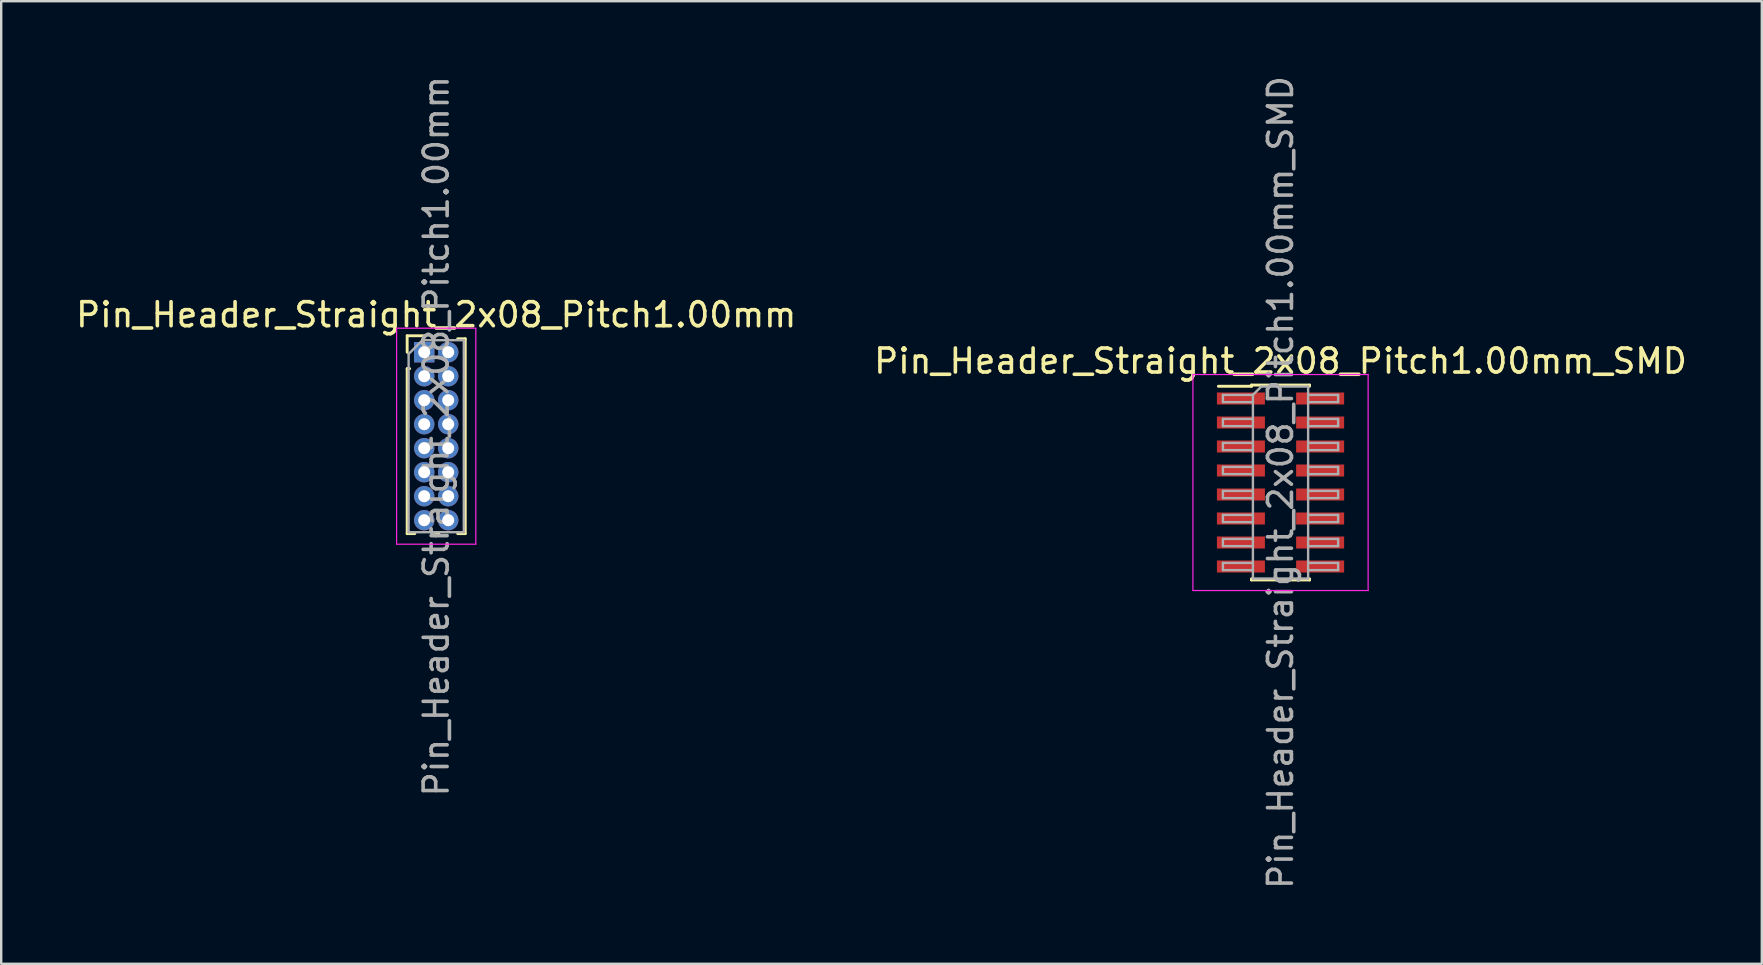
<source format=kicad_pcb>
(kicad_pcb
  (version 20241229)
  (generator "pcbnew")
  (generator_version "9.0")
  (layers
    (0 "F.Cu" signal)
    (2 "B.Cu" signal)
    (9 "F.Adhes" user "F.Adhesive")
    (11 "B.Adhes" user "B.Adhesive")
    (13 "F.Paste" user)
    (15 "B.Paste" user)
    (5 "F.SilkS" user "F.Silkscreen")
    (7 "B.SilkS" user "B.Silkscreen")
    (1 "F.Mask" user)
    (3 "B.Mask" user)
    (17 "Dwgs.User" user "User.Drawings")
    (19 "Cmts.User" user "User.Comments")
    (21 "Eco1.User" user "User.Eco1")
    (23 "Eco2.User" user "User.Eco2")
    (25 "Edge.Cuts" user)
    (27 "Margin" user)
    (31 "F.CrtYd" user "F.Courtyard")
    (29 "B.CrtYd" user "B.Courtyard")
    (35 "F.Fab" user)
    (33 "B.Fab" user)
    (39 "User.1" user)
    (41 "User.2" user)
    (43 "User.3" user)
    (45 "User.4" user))
  (footprint "Pin_Header_Straight_2x08_Pitch1.00mm"
    (layer "F.Cu")
    (at 14.625 11.625)
    (property "Reference" "Pin_Header_Straight_2x08_Pitch1.00mm" (at 0.5 -1.56 0) (layer "F.SilkS") (effects (font (size 1 1) (thickness 0.15))))
    (attr through_hole)
    (fp_line (start -0.71 -0.685) (end 0 -0.685) (stroke (width 0.12) (type solid)) (layer "F.SilkS"))
    (fp_line (start -0.71 0) (end -0.71 -0.685) (stroke (width 0.12) (type solid)) (layer "F.SilkS"))
    (fp_line (start -0.71 0.685) (end -0.71 7.56) (stroke (width 0.12) (type solid)) (layer "F.SilkS"))
    (fp_line (start -0.71 0.685) (end -0.608 0.685) (stroke (width 0.12) (type solid)) (layer "F.SilkS"))
    (fp_line (start -0.71 7.56) (end -0.394 7.56) (stroke (width 0.12) (type solid)) (layer "F.SilkS"))
    (fp_line (start 0.394 7.56) (end 0.606 7.56) (stroke (width 0.12) (type solid)) (layer "F.SilkS"))
    (fp_line (start 1.394 -0.56) (end 1.71 -0.56) (stroke (width 0.12) (type solid)) (layer "F.SilkS"))
    (fp_line (start 1.394 7.56) (end 1.71 7.56) (stroke (width 0.12) (type solid)) (layer "F.SilkS"))
    (fp_line (start 1.71 -0.56) (end 1.71 7.56) (stroke (width 0.12) (type solid)) (layer "F.SilkS"))
    (fp_line (start -1.15 -1) (end -1.15 8) (stroke (width 0.05) (type solid)) (layer "F.CrtYd"))
    (fp_line (start -1.15 8) (end 2.15 8) (stroke (width 0.05) (type solid)) (layer "F.CrtYd"))
    (fp_line (start 2.15 -1) (end -1.15 -1) (stroke (width 0.05) (type solid)) (layer "F.CrtYd"))
    (fp_line (start 2.15 8) (end 2.15 -1) (stroke (width 0.05) (type solid)) (layer "F.CrtYd"))
    (fp_line (start -0.65 0.075) (end -0.075 -0.5) (stroke (width 0.1) (type solid)) (layer "F.Fab"))
    (fp_line (start -0.65 7.5) (end -0.65 0.075) (stroke (width 0.1) (type solid)) (layer "F.Fab"))
    (fp_line (start -0.075 -0.5) (end 1.65 -0.5) (stroke (width 0.1) (type solid)) (layer "F.Fab"))
    (fp_line (start 1.65 -0.5) (end 1.65 7.5) (stroke (width 0.1) (type solid)) (layer "F.Fab"))
    (fp_line (start 1.65 7.5) (end -0.65 7.5) (stroke (width 0.1) (type solid)) (layer "F.Fab"))
    (fp_text user "${REFERENCE}" (at 0.5 3.5 90) (layer "F.Fab") (effects (font (size 1 1) (thickness 0.15))))
    (pad "1" thru_hole rect (at 0 0) (size 0.85 0.85) (drill 0.5) (layers "*.Cu" "*.Mask"))
    (pad "2" thru_hole oval (at 1 0) (size 0.85 0.85) (drill 0.5) (layers "*.Cu" "*.Mask"))
    (pad "3" thru_hole oval (at 0 1) (size 0.85 0.85) (drill 0.5) (layers "*.Cu" "*.Mask"))
    (pad "4" thru_hole oval (at 1 1) (size 0.85 0.85) (drill 0.5) (layers "*.Cu" "*.Mask"))
    (pad "5" thru_hole oval (at 0 2) (size 0.85 0.85) (drill 0.5) (layers "*.Cu" "*.Mask"))
    (pad "6" thru_hole oval (at 1 2) (size 0.85 0.85) (drill 0.5) (layers "*.Cu" "*.Mask"))
    (pad "7" thru_hole oval (at 0 3) (size 0.85 0.85) (drill 0.5) (layers "*.Cu" "*.Mask"))
    (pad "8" thru_hole oval (at 1 3) (size 0.85 0.85) (drill 0.5) (layers "*.Cu" "*.Mask"))
    (pad "9" thru_hole oval (at 0 4) (size 0.85 0.85) (drill 0.5) (layers "*.Cu" "*.Mask"))
    (pad "10" thru_hole oval (at 1 4) (size 0.85 0.85) (drill 0.5) (layers "*.Cu" "*.Mask"))
    (pad "11" thru_hole oval (at 0 5) (size 0.85 0.85) (drill 0.5) (layers "*.Cu" "*.Mask"))
    (pad "12" thru_hole oval (at 1 5) (size 0.85 0.85) (drill 0.5) (layers "*.Cu" "*.Mask"))
    (pad "13" thru_hole oval (at 0 6) (size 0.85 0.85) (drill 0.5) (layers "*.Cu" "*.Mask"))
    (pad "14" thru_hole oval (at 1 6) (size 0.85 0.85) (drill 0.5) (layers "*.Cu" "*.Mask"))
    (pad "15" thru_hole oval (at 0 7) (size 0.85 0.85) (drill 0.5) (layers "*.Cu" "*.Mask"))
    (pad "16" thru_hole oval (at 1 7) (size 0.85 0.85) (drill 0.5) (layers "*.Cu" "*.Mask")))
  (footprint "Pin_Header_Straight_2x08_Pitch1.00mm_SMD"
    (layer "F.Cu")
    (at 50.304 17.054)
    (property "Reference" "Pin_Header_Straight_2x08_Pitch1.00mm_SMD" (at 0 -5.06 0) (layer "F.SilkS") (effects (font (size 1 1) (thickness 0.15))))
    (attr smd)
    (fp_line (start -2.59 -4.01) (end -1.21 -4.01) (stroke (width 0.12) (type solid)) (layer "F.SilkS"))
    (fp_line (start -1.21 -4.06) (end -1.21 -4.01) (stroke (width 0.12) (type solid)) (layer "F.SilkS"))
    (fp_line (start -1.21 -4.06) (end 1.21 -4.06) (stroke (width 0.12) (type solid)) (layer "F.SilkS"))
    (fp_line (start -1.21 4.01) (end -1.21 4.06) (stroke (width 0.12) (type solid)) (layer "F.SilkS"))
    (fp_line (start -1.21 4.06) (end 1.21 4.06) (stroke (width 0.12) (type solid)) (layer "F.SilkS"))
    (fp_line (start 1.21 -4.06) (end 1.21 -4.01) (stroke (width 0.12) (type solid)) (layer "F.SilkS"))
    (fp_line (start 1.21 4.01) (end 1.21 4.06) (stroke (width 0.12) (type solid)) (layer "F.SilkS"))
    (fp_line (start -3.65 -4.5) (end -3.65 4.5) (stroke (width 0.05) (type solid)) (layer "F.CrtYd"))
    (fp_line (start -3.65 4.5) (end 3.65 4.5) (stroke (width 0.05) (type solid)) (layer "F.CrtYd"))
    (fp_line (start 3.65 -4.5) (end -3.65 -4.5) (stroke (width 0.05) (type solid)) (layer "F.CrtYd"))
    (fp_line (start 3.65 4.5) (end 3.65 -4.5) (stroke (width 0.05) (type solid)) (layer "F.CrtYd"))
    (fp_line (start -2.4 -3.65) (end -2.4 -3.35) (stroke (width 0.1) (type solid)) (layer "F.Fab"))
    (fp_line (start -2.4 -3.35) (end -1.15 -3.35) (stroke (width 0.1) (type solid)) (layer "F.Fab"))
    (fp_line (start -2.4 -2.65) (end -2.4 -2.35) (stroke (width 0.1) (type solid)) (layer "F.Fab"))
    (fp_line (start -2.4 -2.35) (end -1.15 -2.35) (stroke (width 0.1) (type solid)) (layer "F.Fab"))
    (fp_line (start -2.4 -1.65) (end -2.4 -1.35) (stroke (width 0.1) (type solid)) (layer "F.Fab"))
    (fp_line (start -2.4 -1.35) (end -1.15 -1.35) (stroke (width 0.1) (type solid)) (layer "F.Fab"))
    (fp_line (start -2.4 -0.65) (end -2.4 -0.35) (stroke (width 0.1) (type solid)) (layer "F.Fab"))
    (fp_line (start -2.4 -0.35) (end -1.15 -0.35) (stroke (width 0.1) (type solid)) (layer "F.Fab"))
    (fp_line (start -2.4 0.35) (end -2.4 0.65) (stroke (width 0.1) (type solid)) (layer "F.Fab"))
    (fp_line (start -2.4 0.65) (end -1.15 0.65) (stroke (width 0.1) (type solid)) (layer "F.Fab"))
    (fp_line (start -2.4 1.35) (end -2.4 1.65) (stroke (width 0.1) (type solid)) (layer "F.Fab"))
    (fp_line (start -2.4 1.65) (end -1.15 1.65) (stroke (width 0.1) (type solid)) (layer "F.Fab"))
    (fp_line (start -2.4 2.35) (end -2.4 2.65) (stroke (width 0.1) (type solid)) (layer "F.Fab"))
    (fp_line (start -2.4 2.65) (end -1.15 2.65) (stroke (width 0.1) (type solid)) (layer "F.Fab"))
    (fp_line (start -2.4 3.35) (end -2.4 3.65) (stroke (width 0.1) (type solid)) (layer "F.Fab"))
    (fp_line (start -2.4 3.65) (end -1.15 3.65) (stroke (width 0.1) (type solid)) (layer "F.Fab"))
    (fp_line (start -1.15 -3.65) (end -2.4 -3.65) (stroke (width 0.1) (type solid)) (layer "F.Fab"))
    (fp_line (start -1.15 -3.65) (end -0.8 -4) (stroke (width 0.1) (type solid)) (layer "F.Fab"))
    (fp_line (start -1.15 -2.65) (end -2.4 -2.65) (stroke (width 0.1) (type solid)) (layer "F.Fab"))
    (fp_line (start -1.15 -1.65) (end -2.4 -1.65) (stroke (width 0.1) (type solid)) (layer "F.Fab"))
    (fp_line (start -1.15 -0.65) (end -2.4 -0.65) (stroke (width 0.1) (type solid)) (layer "F.Fab"))
    (fp_line (start -1.15 0.35) (end -2.4 0.35) (stroke (width 0.1) (type solid)) (layer "F.Fab"))
    (fp_line (start -1.15 1.35) (end -2.4 1.35) (stroke (width 0.1) (type solid)) (layer "F.Fab"))
    (fp_line (start -1.15 2.35) (end -2.4 2.35) (stroke (width 0.1) (type solid)) (layer "F.Fab"))
    (fp_line (start -1.15 3.35) (end -2.4 3.35) (stroke (width 0.1) (type solid)) (layer "F.Fab"))
    (fp_line (start -1.15 4) (end -1.15 -3.65) (stroke (width 0.1) (type solid)) (layer "F.Fab"))
    (fp_line (start -0.8 -4) (end 1.15 -4) (stroke (width 0.1) (type solid)) (layer "F.Fab"))
    (fp_line (start 1.15 -4) (end 1.15 4) (stroke (width 0.1) (type solid)) (layer "F.Fab"))
    (fp_line (start 1.15 -3.65) (end 2.4 -3.65) (stroke (width 0.1) (type solid)) (layer "F.Fab"))
    (fp_line (start 1.15 -2.65) (end 2.4 -2.65) (stroke (width 0.1) (type solid)) (layer "F.Fab"))
    (fp_line (start 1.15 -1.65) (end 2.4 -1.65) (stroke (width 0.1) (type solid)) (layer "F.Fab"))
    (fp_line (start 1.15 -0.65) (end 2.4 -0.65) (stroke (width 0.1) (type solid)) (layer "F.Fab"))
    (fp_line (start 1.15 0.35) (end 2.4 0.35) (stroke (width 0.1) (type solid)) (layer "F.Fab"))
    (fp_line (start 1.15 1.35) (end 2.4 1.35) (stroke (width 0.1) (type solid)) (layer "F.Fab"))
    (fp_line (start 1.15 2.35) (end 2.4 2.35) (stroke (width 0.1) (type solid)) (layer "F.Fab"))
    (fp_line (start 1.15 3.35) (end 2.4 3.35) (stroke (width 0.1) (type solid)) (layer "F.Fab"))
    (fp_line (start 1.15 4) (end -1.15 4) (stroke (width 0.1) (type solid)) (layer "F.Fab"))
    (fp_line (start 2.4 -3.65) (end 2.4 -3.35) (stroke (width 0.1) (type solid)) (layer "F.Fab"))
    (fp_line (start 2.4 -3.35) (end 1.15 -3.35) (stroke (width 0.1) (type solid)) (layer "F.Fab"))
    (fp_line (start 2.4 -2.65) (end 2.4 -2.35) (stroke (width 0.1) (type solid)) (layer "F.Fab"))
    (fp_line (start 2.4 -2.35) (end 1.15 -2.35) (stroke (width 0.1) (type solid)) (layer "F.Fab"))
    (fp_line (start 2.4 -1.65) (end 2.4 -1.35) (stroke (width 0.1) (type solid)) (layer "F.Fab"))
    (fp_line (start 2.4 -1.35) (end 1.15 -1.35) (stroke (width 0.1) (type solid)) (layer "F.Fab"))
    (fp_line (start 2.4 -0.65) (end 2.4 -0.35) (stroke (width 0.1) (type solid)) (layer "F.Fab"))
    (fp_line (start 2.4 -0.35) (end 1.15 -0.35) (stroke (width 0.1) (type solid)) (layer "F.Fab"))
    (fp_line (start 2.4 0.35) (end 2.4 0.65) (stroke (width 0.1) (type solid)) (layer "F.Fab"))
    (fp_line (start 2.4 0.65) (end 1.15 0.65) (stroke (width 0.1) (type solid)) (layer "F.Fab"))
    (fp_line (start 2.4 1.35) (end 2.4 1.65) (stroke (width 0.1) (type solid)) (layer "F.Fab"))
    (fp_line (start 2.4 1.65) (end 1.15 1.65) (stroke (width 0.1) (type solid)) (layer "F.Fab"))
    (fp_line (start 2.4 2.35) (end 2.4 2.65) (stroke (width 0.1) (type solid)) (layer "F.Fab"))
    (fp_line (start 2.4 2.65) (end 1.15 2.65) (stroke (width 0.1) (type solid)) (layer "F.Fab"))
    (fp_line (start 2.4 3.35) (end 2.4 3.65) (stroke (width 0.1) (type solid)) (layer "F.Fab"))
    (fp_line (start 2.4 3.65) (end 1.15 3.65) (stroke (width 0.1) (type solid)) (layer "F.Fab"))
    (fp_text user "${REFERENCE}" (at 0 0 90) (layer "F.Fab") (effects (font (size 1 1) (thickness 0.15))))
    (pad "1" smd rect (at -1.65 -3.5) (size 2 0.5) (layers "F.Cu" "F.Mask" "F.Paste"))
    (pad "2" smd rect (at 1.65 -3.5) (size 2 0.5) (layers "F.Cu" "F.Mask" "F.Paste"))
    (pad "3" smd rect (at -1.65 -2.5) (size 2 0.5) (layers "F.Cu" "F.Mask" "F.Paste"))
    (pad "4" smd rect (at 1.65 -2.5) (size 2 0.5) (layers "F.Cu" "F.Mask" "F.Paste"))
    (pad "5" smd rect (at -1.65 -1.5) (size 2 0.5) (layers "F.Cu" "F.Mask" "F.Paste"))
    (pad "6" smd rect (at 1.65 -1.5) (size 2 0.5) (layers "F.Cu" "F.Mask" "F.Paste"))
    (pad "7" smd rect (at -1.65 -0.5) (size 2 0.5) (layers "F.Cu" "F.Mask" "F.Paste"))
    (pad "8" smd rect (at 1.65 -0.5) (size 2 0.5) (layers "F.Cu" "F.Mask" "F.Paste"))
    (pad "9" smd rect (at -1.65 0.5) (size 2 0.5) (layers "F.Cu" "F.Mask" "F.Paste"))
    (pad "10" smd rect (at 1.65 0.5) (size 2 0.5) (layers "F.Cu" "F.Mask" "F.Paste"))
    (pad "11" smd rect (at -1.65 1.5) (size 2 0.5) (layers "F.Cu" "F.Mask" "F.Paste"))
    (pad "12" smd rect (at 1.65 1.5) (size 2 0.5) (layers "F.Cu" "F.Mask" "F.Paste"))
    (pad "13" smd rect (at -1.65 2.5) (size 2 0.5) (layers "F.Cu" "F.Mask" "F.Paste"))
    (pad "14" smd rect (at 1.65 2.5) (size 2 0.5) (layers "F.Cu" "F.Mask" "F.Paste"))
    (pad "15" smd rect (at -1.65 3.5) (size 2 0.5) (layers "F.Cu" "F.Mask" "F.Paste"))
    (pad "16" smd rect (at 1.65 3.5) (size 2 0.5) (layers "F.Cu" "F.Mask" "F.Paste")))
  (gr_rect
    (start -3 -3)
    (end 70.357 37.107)
    (stroke (width 0.1) (type default))
    (fill no)
    (layer "Edge.Cuts")))
</source>
